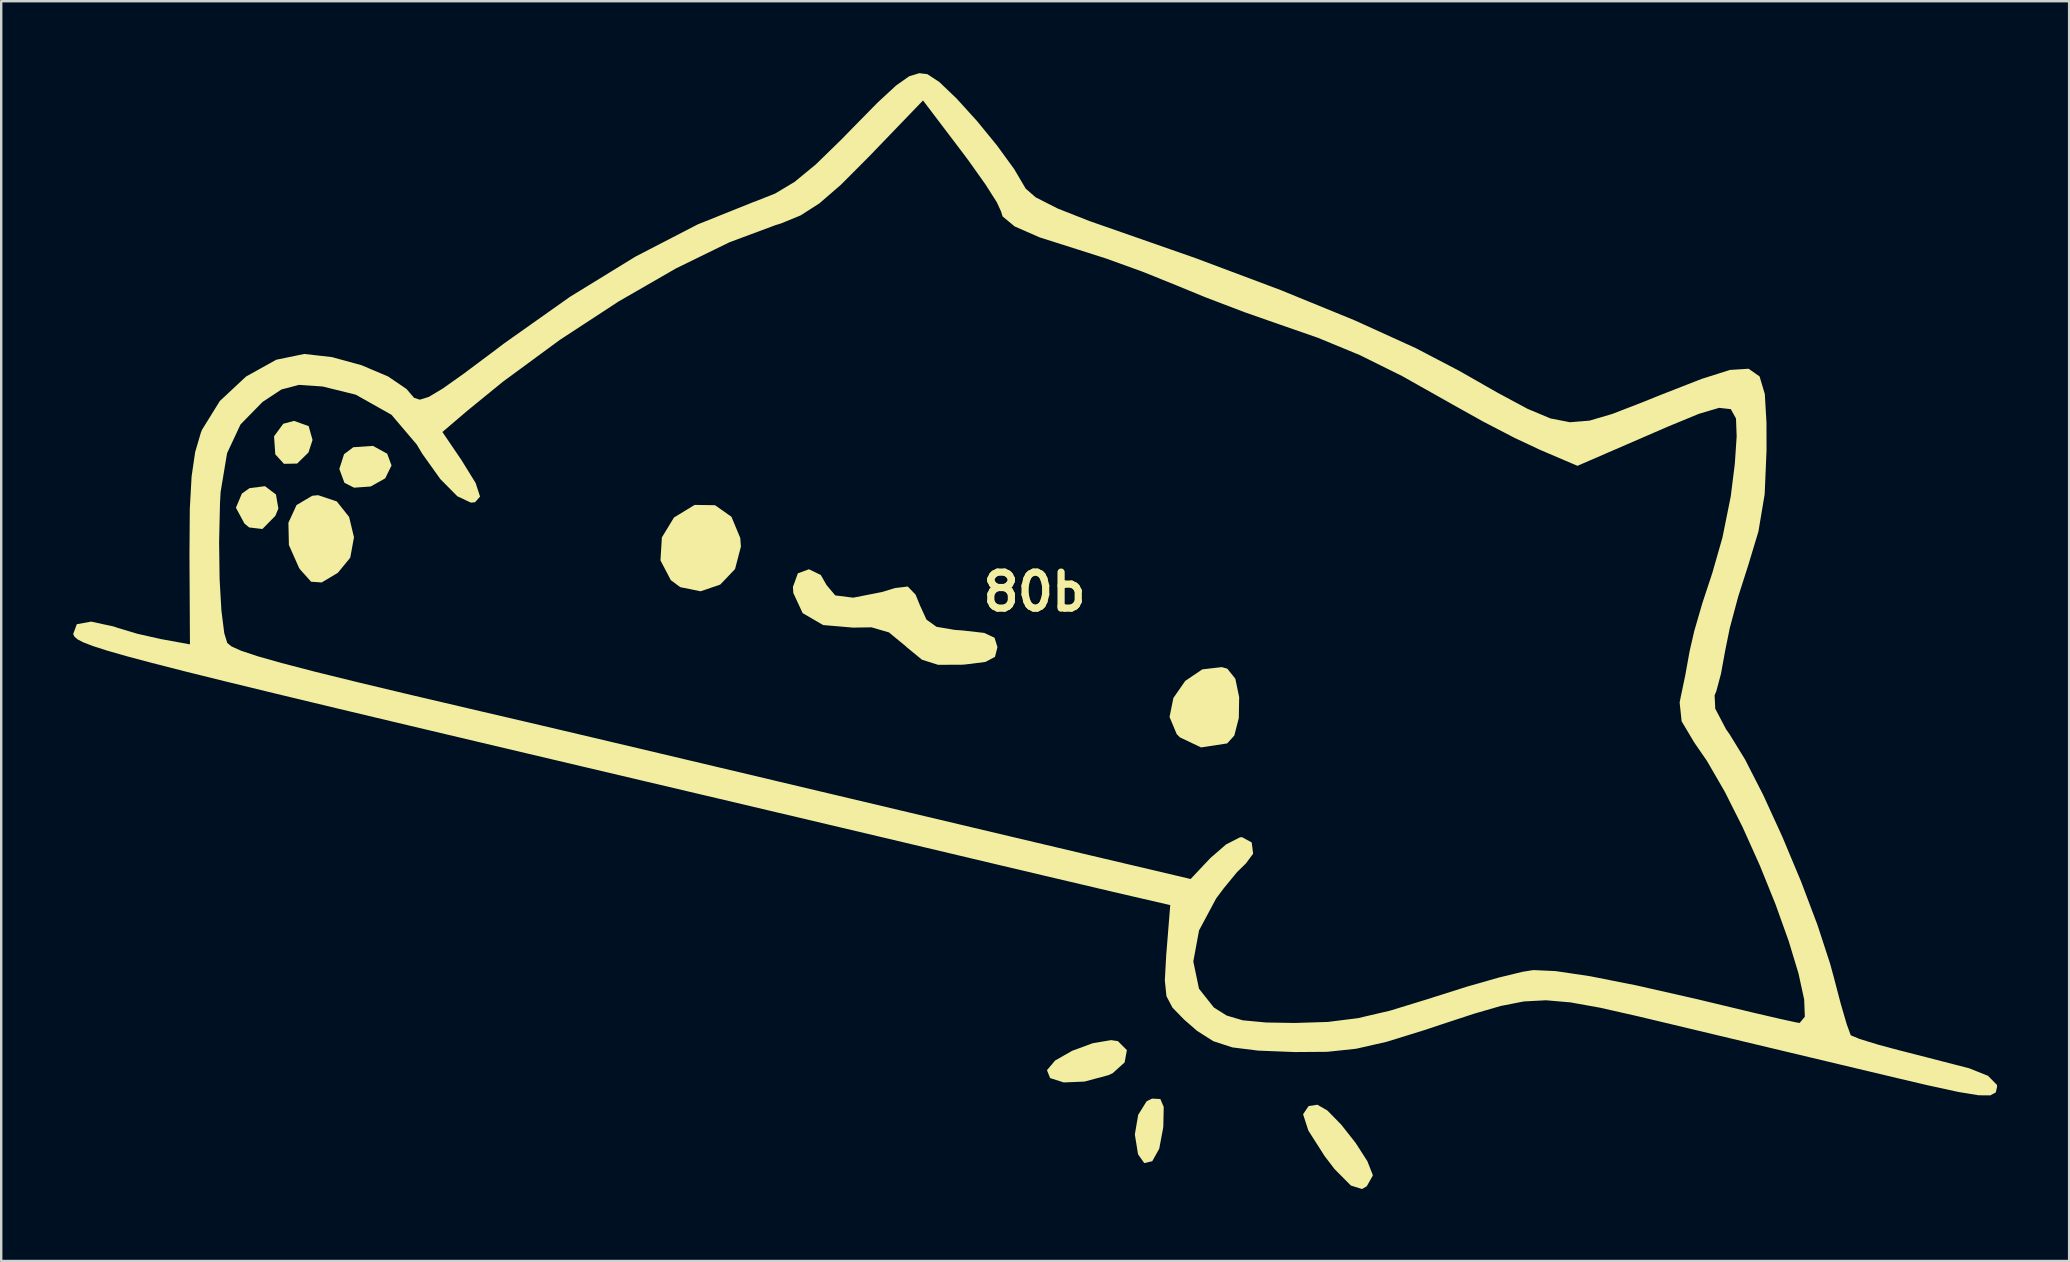
<source format=kicad_pcb>
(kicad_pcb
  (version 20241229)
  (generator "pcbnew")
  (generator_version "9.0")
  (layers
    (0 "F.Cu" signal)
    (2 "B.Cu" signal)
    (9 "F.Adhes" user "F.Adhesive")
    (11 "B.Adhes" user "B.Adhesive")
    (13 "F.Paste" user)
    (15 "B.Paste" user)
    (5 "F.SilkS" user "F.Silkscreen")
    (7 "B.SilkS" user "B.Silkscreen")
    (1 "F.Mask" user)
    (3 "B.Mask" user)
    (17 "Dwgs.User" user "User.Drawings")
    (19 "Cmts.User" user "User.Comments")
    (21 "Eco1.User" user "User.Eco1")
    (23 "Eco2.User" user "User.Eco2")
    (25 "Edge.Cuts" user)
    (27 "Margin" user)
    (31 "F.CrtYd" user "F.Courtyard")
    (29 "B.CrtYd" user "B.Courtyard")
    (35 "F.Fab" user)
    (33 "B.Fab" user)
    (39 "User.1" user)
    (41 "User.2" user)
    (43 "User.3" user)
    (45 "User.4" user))
  (footprint "80b"
    (layer "F.Cu")
    (at 40.059 21.612)
    (property "Reference" "80b" (at 0 0 0) (layer "F.SilkS") (effects (font (size 1.5 1.5) (thickness 0.3))))
    (attr board_only exclude_from_pos_files exclude_from_bom)
    (fp_poly (pts (xy -30.247 -6.904) (xy -30.085 -6.329) (xy -30.254 -5.808) (xy -30.727 -5.345) (xy -31.277 -5.334) (xy -31.638 -5.73) (xy -31.689 -6.481) (xy -31.306 -7.003) (xy -30.856 -7.124)) (stroke (width 0) (type solid)) (fill yes) (layer "F.SilkS"))
    (fp_poly (pts (xy -31.61 -4.057) (xy -31.509 -3.471) (xy -31.635 -3.167) (xy -32.175 -2.618) (xy -32.727 -2.683) (xy -32.923 -2.846) (xy -33.278 -3.504) (xy -33.029 -4.095) (xy -32.712 -4.319) (xy -32.069 -4.403)) (stroke (width 0) (type solid)) (fill yes) (layer "F.SilkS"))
    (fp_poly (pts (xy -26.974 -5.755) (xy -26.794 -5.266) (xy -27.056 -4.73) (xy -27.664 -4.389) (xy -28.354 -4.34) (xy -28.756 -4.543) (xy -28.969 -5.121) (xy -28.771 -5.736) (xy -28.386 -6.026) (xy -27.567 -6.081)) (stroke (width 0) (type solid)) (fill yes) (layer "F.SilkS"))
    (fp_poly (pts (xy 5.245 21.136) (xy 5.384 21.466) (xy 5.368 22.254) (xy 5.362 22.329) (xy 5.197 23.206) (xy 4.906 23.727) (xy 4.573 23.804) (xy 4.314 23.439) (xy 4.181 22.611) (xy 4.32 21.794) (xy 4.672 21.229) (xy 4.898 21.117)) (stroke (width 0) (type solid)) (fill yes) (layer "F.SilkS"))
    (fp_poly (pts (xy -13.314 -3.61) (xy -12.629 -3.128) (xy -12.261 -2.242) (xy -12.235 -1.884) (xy -12.479 -0.949) (xy -13.096 -0.302) (xy -13.914 -0.023) (xy -14.763 -0.195) (xy -15.156 -0.487) (xy -15.587 -1.311) (xy -15.528 -2.268) (xy -15.023 -3.098) (xy -14.163 -3.622)) (stroke (width 0) (type solid)) (fill yes) (layer "F.SilkS"))
    (fp_poly (pts (xy 3.475 18.723) (xy 3.849 19.098) (xy 3.755 19.61) (xy 3.25 20.064) (xy 3.077 20.142) (xy 2.08 20.408) (xy 1.219 20.444) (xy 0.651 20.263) (xy 0.519 19.933) (xy 0.858 19.531) (xy 1.572 19.124) (xy 2.428 18.809) (xy 3.189 18.681)) (stroke (width 0) (type solid)) (fill yes) (layer "F.SilkS"))
    (fp_poly (pts (xy -29.075 -3.768) (xy -28.561 -3.12) (xy -28.358 -2.274) (xy -28.514 -1.423) (xy -29.031 -0.792) (xy -29.705 -0.39) (xy -30.146 -0.422) (xy -30.591 -0.918) (xy -30.648 -0.998) (xy -31.07 -1.95) (xy -31.091 -2.877) (xy -30.752 -3.616) (xy -30.097 -4.003) (xy -29.852 -4.027)) (stroke (width 0) (type solid)) (fill yes) (layer "F.SilkS"))
    (fp_poly (pts (xy 8.034 3.202) (xy 8.368 3.62) (xy 8.528 4.388) (xy 8.513 5.259) (xy 8.325 5.99) (xy 8.028 6.317) (xy 6.94 6.483) (xy 6.061 6.066) (xy 5.925 5.929) (xy 5.627 5.215) (xy 5.786 4.425) (xy 6.28 3.712) (xy 6.992 3.231) (xy 7.802 3.137)) (stroke (width 0) (type solid)) (fill yes) (layer "F.SilkS"))
    (fp_poly (pts (xy 12.202 21.612) (xy 12.783 22.205) (xy 13.386 22.971) (xy 13.87 23.726) (xy 14.092 24.289) (xy 14.094 24.329) (xy 13.846 24.769) (xy 13.647 24.886) (xy 13.183 24.74) (xy 12.505 24.057) (xy 12.088 23.511) (xy 11.412 22.451) (xy 11.191 21.769) (xy 11.422 21.429) (xy 11.787 21.373)) (stroke (width 0) (type solid)) (fill yes) (layer "F.SilkS"))
    (fp_poly (pts (xy -8.906 -0.701) (xy -8.664 -0.279) (xy -8.303 0.149) (xy -7.557 0.244) (xy -6.368 0.01) (xy -5.805 -0.16) (xy -5.282 -0.221) (xy -4.954 0.119) (xy -4.773 0.567) (xy -4.501 1.158) (xy -4.086 1.457) (xy -3.322 1.586) (xy -2.995 1.61) (xy -2.097 1.712) (xy -1.666 1.913) (xy -1.549 2.289) (xy -1.549 2.323) (xy -1.648 2.711) (xy -2.045 2.921) (xy -2.893 3.028) (xy -3.027 3.037) (xy -4.018 3.041) (xy -4.688 2.83) (xy -5.324 2.309) (xy -5.371 2.263) (xy -6.067 1.69) (xy -6.794 1.479) (xy -7.564 1.491) (xy -8.809 1.384) (xy -9.662 0.887) (xy -10.051 0.05) (xy -10.067 -0.203) (xy -9.862 -0.77) (xy -9.399 -0.94)) (stroke (width 0) (type solid)) (fill yes) (layer "F.SilkS"))
    (fp_poly (pts (xy -4.469 -21.573) (xy -3.972 -21.249) (xy -3.243 -20.552) (xy -2.4 -19.622) (xy -1.562 -18.598) (xy -0.848 -17.617) (xy -0.377 -16.818) (xy -0.371 -16.803) (xy 0.05 -16.438) (xy 0.971 -15.97) (xy 2.292 -15.45) (xy 2.727 -15.298) (xy 6.706 -13.907) (xy 10.255 -12.575) (xy 13.327 -11.319) (xy 15.879 -10.159) (xy 17.679 -9.219) (xy 19.318 -8.285) (xy 20.545 -7.626) (xy 21.498 -7.226) (xy 22.313 -7.067) (xy 23.126 -7.134) (xy 24.074 -7.412) (xy 25.292 -7.883) (xy 26.134 -8.222) (xy 27.803 -8.874) (xy 28.982 -9.247) (xy 29.757 -9.296) (xy 30.213 -8.977) (xy 30.432 -8.244) (xy 30.501 -7.053) (xy 30.504 -5.904) (xy 30.426 -4.068) (xy 30.166 -2.515) (xy 29.741 -1.107) (xy 29.322 0.202) (xy 28.972 1.508) (xy 28.78 2.455) (xy 28.606 3.41) (xy 28.411 4.142) (xy 28.34 4.311) (xy 28.367 4.87) (xy 28.817 5.727) (xy 28.966 5.939) (xy 29.608 6.985) (xy 30.364 8.463) (xy 31.165 10.213) (xy 31.943 12.073) (xy 32.628 13.886) (xy 33.151 15.489) (xy 33.304 16.049) (xy 33.595 17.161) (xy 33.845 18.018) (xy 34.006 18.459) (xy 34.021 18.482) (xy 34.378 18.631) (xy 35.154 18.869) (xy 35.979 19.091) (xy 37.2 19.404) (xy 38.377 19.707) (xy 38.952 19.856) (xy 39.733 20.168) (xy 40.104 20.545) (xy 40.113 20.611) (xy 40.058 20.858) (xy 39.83 20.983) (xy 39.338 20.979) (xy 38.49 20.839) (xy 37.192 20.556) (xy 36.087 20.296) (xy 34.813 19.993) (xy 33.098 19.585) (xy 31.107 19.11) (xy 29 18.607) (xy 27.228 18.184) (xy 25.162 17.691) (xy 23.574 17.331) (xy 22.334 17.108) (xy 21.315 17.02) (xy 20.39 17.069) (xy 19.43 17.257) (xy 18.306 17.583) (xy 16.892 18.048) (xy 16.268 18.256) (xy 14.676 18.75) (xy 13.402 19.04) (xy 12.196 19.168) (xy 10.847 19.178) (xy 9.322 19.118) (xy 8.247 18.984) (xy 7.455 18.727) (xy 6.778 18.298) (xy 6.232 17.823) (xy 5.748 17.325) (xy 5.498 16.85) (xy 5.43 16.19) (xy 5.488 15.139) (xy 5.498 15.022) (xy 5.656 13.054) (xy 4.067 12.687) (xy 3.246 12.496) (xy 1.955 12.192) (xy 0.327 11.809) (xy -1.505 11.376) (xy -3.098 10.998) (xy -5.42 10.447) (xy -8.054 9.824) (xy -10.73 9.192) (xy -13.184 8.612) (xy -14.094 8.398) (xy -18.645 7.325) (xy -22.63 6.384) (xy -26.087 5.565) (xy -29.053 4.859) (xy -31.567 4.255) (xy -33.665 3.745) (xy -35.385 3.319) (xy -36.766 2.966) (xy -37.843 2.679) (xy -38.656 2.446) (xy -39.241 2.258) (xy -39.635 2.106) (xy -39.878 1.981) (xy -40.006 1.871) (xy -40.056 1.769) (xy -40.059 1.757) (xy -39.908 1.349) (xy -39.309 1.241) (xy -38.363 1.447) (xy -38.198 1.505) (xy -37.395 1.745) (xy -36.413 1.967) (xy -36.337 1.981) (xy -35.194 2.189) (xy -35.214 -1.616) (xy -35.21 -2.082) (xy -33.979 -2.082) (xy -33.958 -0.537) (xy -33.883 0.78) (xy -33.763 1.729) (xy -33.639 2.13) (xy -33.459 2.277) (xy -33.057 2.457) (xy -32.382 2.682) (xy -31.38 2.966) (xy -29.999 3.325) (xy -28.188 3.771) (xy -25.894 4.318) (xy -23.064 4.981) (xy -21.993 5.23) (xy -21.037 5.453) (xy -19.584 5.795) (xy -17.739 6.23) (xy -15.607 6.734) (xy -13.292 7.282) (xy -10.9 7.849) (xy -10.687 7.9) (xy -8.175 8.495) (xy -5.623 9.1) (xy -3.162 9.683) (xy -0.921 10.214) (xy 0.971 10.661) (xy 2.323 10.981) (xy 6.505 11.967) (xy 7.326 11.095) (xy 7.982 10.526) (xy 8.555 10.233) (xy 8.643 10.222) (xy 9.05 10.443) (xy 9.11 10.912) (xy 8.808 11.319) (xy 8.443 11.675) (xy 7.887 12.352) (xy 7.569 12.777) (xy 6.856 14.109) (xy 6.617 15.404) (xy 6.854 16.539) (xy 7.476 17.324) (xy 8.011 17.658) (xy 8.678 17.855) (xy 9.647 17.946) (xy 10.84 17.966) (xy 12.224 17.923) (xy 13.473 17.766) (xy 14.816 17.453) (xy 16.481 16.942) (xy 16.637 16.89) (xy 18.055 16.442) (xy 19.342 16.075) (xy 20.334 15.834) (xy 20.784 15.762) (xy 21.715 15.804) (xy 23.141 16.016) (xy 25.089 16.402) (xy 27.589 16.969) (xy 28.709 17.238) (xy 29.993 17.546) (xy 31.041 17.789) (xy 31.713 17.937) (xy 31.884 17.966) (xy 32.1 17.705) (xy 32.072 16.986) (xy 31.836 15.903) (xy 31.426 14.55) (xy 30.879 13.022) (xy 30.229 11.413) (xy 29.513 9.818) (xy 28.765 8.331) (xy 28.021 7.046) (xy 27.491 6.277) (xy 26.966 5.396) (xy 26.883 4.614) (xy 26.921 4.415) (xy 27.116 3.486) (xy 27.298 2.478) (xy 27.492 1.633) (xy 27.832 0.463) (xy 28.241 -0.774) (xy 28.667 -2.262) (xy 29.012 -3.971) (xy 29.183 -5.343) (xy 29.259 -6.477) (xy 29.231 -7.224) (xy 29.015 -7.612) (xy 28.528 -7.667) (xy 27.683 -7.417) (xy 26.396 -6.886) (xy 25.499 -6.497) (xy 22.625 -5.251) (xy 21.07 -5.915) (xy 20.012 -6.412) (xy 18.701 -7.092) (xy 17.411 -7.812) (xy 17.346 -7.85) (xy 15.319 -8.991) (xy 13.552 -9.867) (xy 11.809 -10.586) (xy 10.222 -11.138) (xy 8.747 -11.654) (xy 7.107 -12.28) (xy 5.893 -12.779) (xy 4.49 -13.345) (xy 2.981 -13.89) (xy 1.833 -14.256) (xy 0.215 -14.77) (xy -0.827 -15.226) (xy -1.331 -15.644) (xy -1.394 -15.849) (xy -1.571 -16.235) (xy -2.042 -16.974) (xy -2.721 -17.932) (xy -3.02 -18.332) (xy -4.646 -20.476) (xy -6.923 -18.111) (xy -8.069 -16.962) (xy -8.964 -16.188) (xy -9.747 -15.686) (xy -10.561 -15.352) (xy -10.795 -15.28) (xy -12.713 -14.566) (xy -14.934 -13.481) (xy -17.331 -12.1) (xy -19.78 -10.499) (xy -22.154 -8.754) (xy -23.643 -7.54) (xy -24.674 -6.66) (xy -23.875 -5.484) (xy -23.287 -4.531) (xy -23.105 -3.969) (xy -23.313 -3.734) (xy -23.487 -3.717) (xy -24.049 -3.981) (xy -24.759 -4.697) (xy -25.512 -5.753) (xy -25.743 -6.139) (xy -26.797 -7.379) (xy -28.284 -8.216) (xy -29.667 -8.557) (xy -30.652 -8.624) (xy -31.381 -8.432) (xy -32.169 -7.912) (xy -33.085 -6.977) (xy -33.647 -5.776) (xy -33.915 -4.168) (xy -33.941 -3.717) (xy -33.979 -2.082) (xy -35.21 -2.082) (xy -35.2 -3.452) (xy -35.125 -4.809) (xy -34.977 -5.822) (xy -34.74 -6.629) (xy -34.693 -6.749) (xy -33.948 -7.952) (xy -32.855 -8.972) (xy -31.598 -9.671) (xy -30.433 -9.912) (xy -29.28 -9.782) (xy -28.043 -9.443) (xy -26.934 -8.973) (xy -26.169 -8.452) (xy -26.046 -8.308) (xy -25.854 -8.084) (xy -25.615 -8.007) (xy -25.245 -8.121) (xy -24.66 -8.47) (xy -23.776 -9.097) (xy -22.506 -10.046) (xy -22.101 -10.353) (xy -19.357 -12.294) (xy -16.627 -13.97) (xy -14.037 -15.31) (xy -11.711 -16.243) (xy -11.672 -16.255) (xy -10.809 -16.597) (xy -10.002 -17.08) (xy -9.116 -17.808) (xy -8.014 -18.882) (xy -7.623 -19.284) (xy -6.538 -20.388) (xy -5.77 -21.098) (xy -5.223 -21.483) (xy -4.801 -21.612)) (stroke (width 0) (type solid)) (fill yes) (layer "F.SilkS")))
  (gr_rect
    (start -3 -3)
    (end 83.172 49.498)
    (stroke (width 0.1) (type default))
    (fill no)
    (layer "Edge.Cuts")))
</source>
